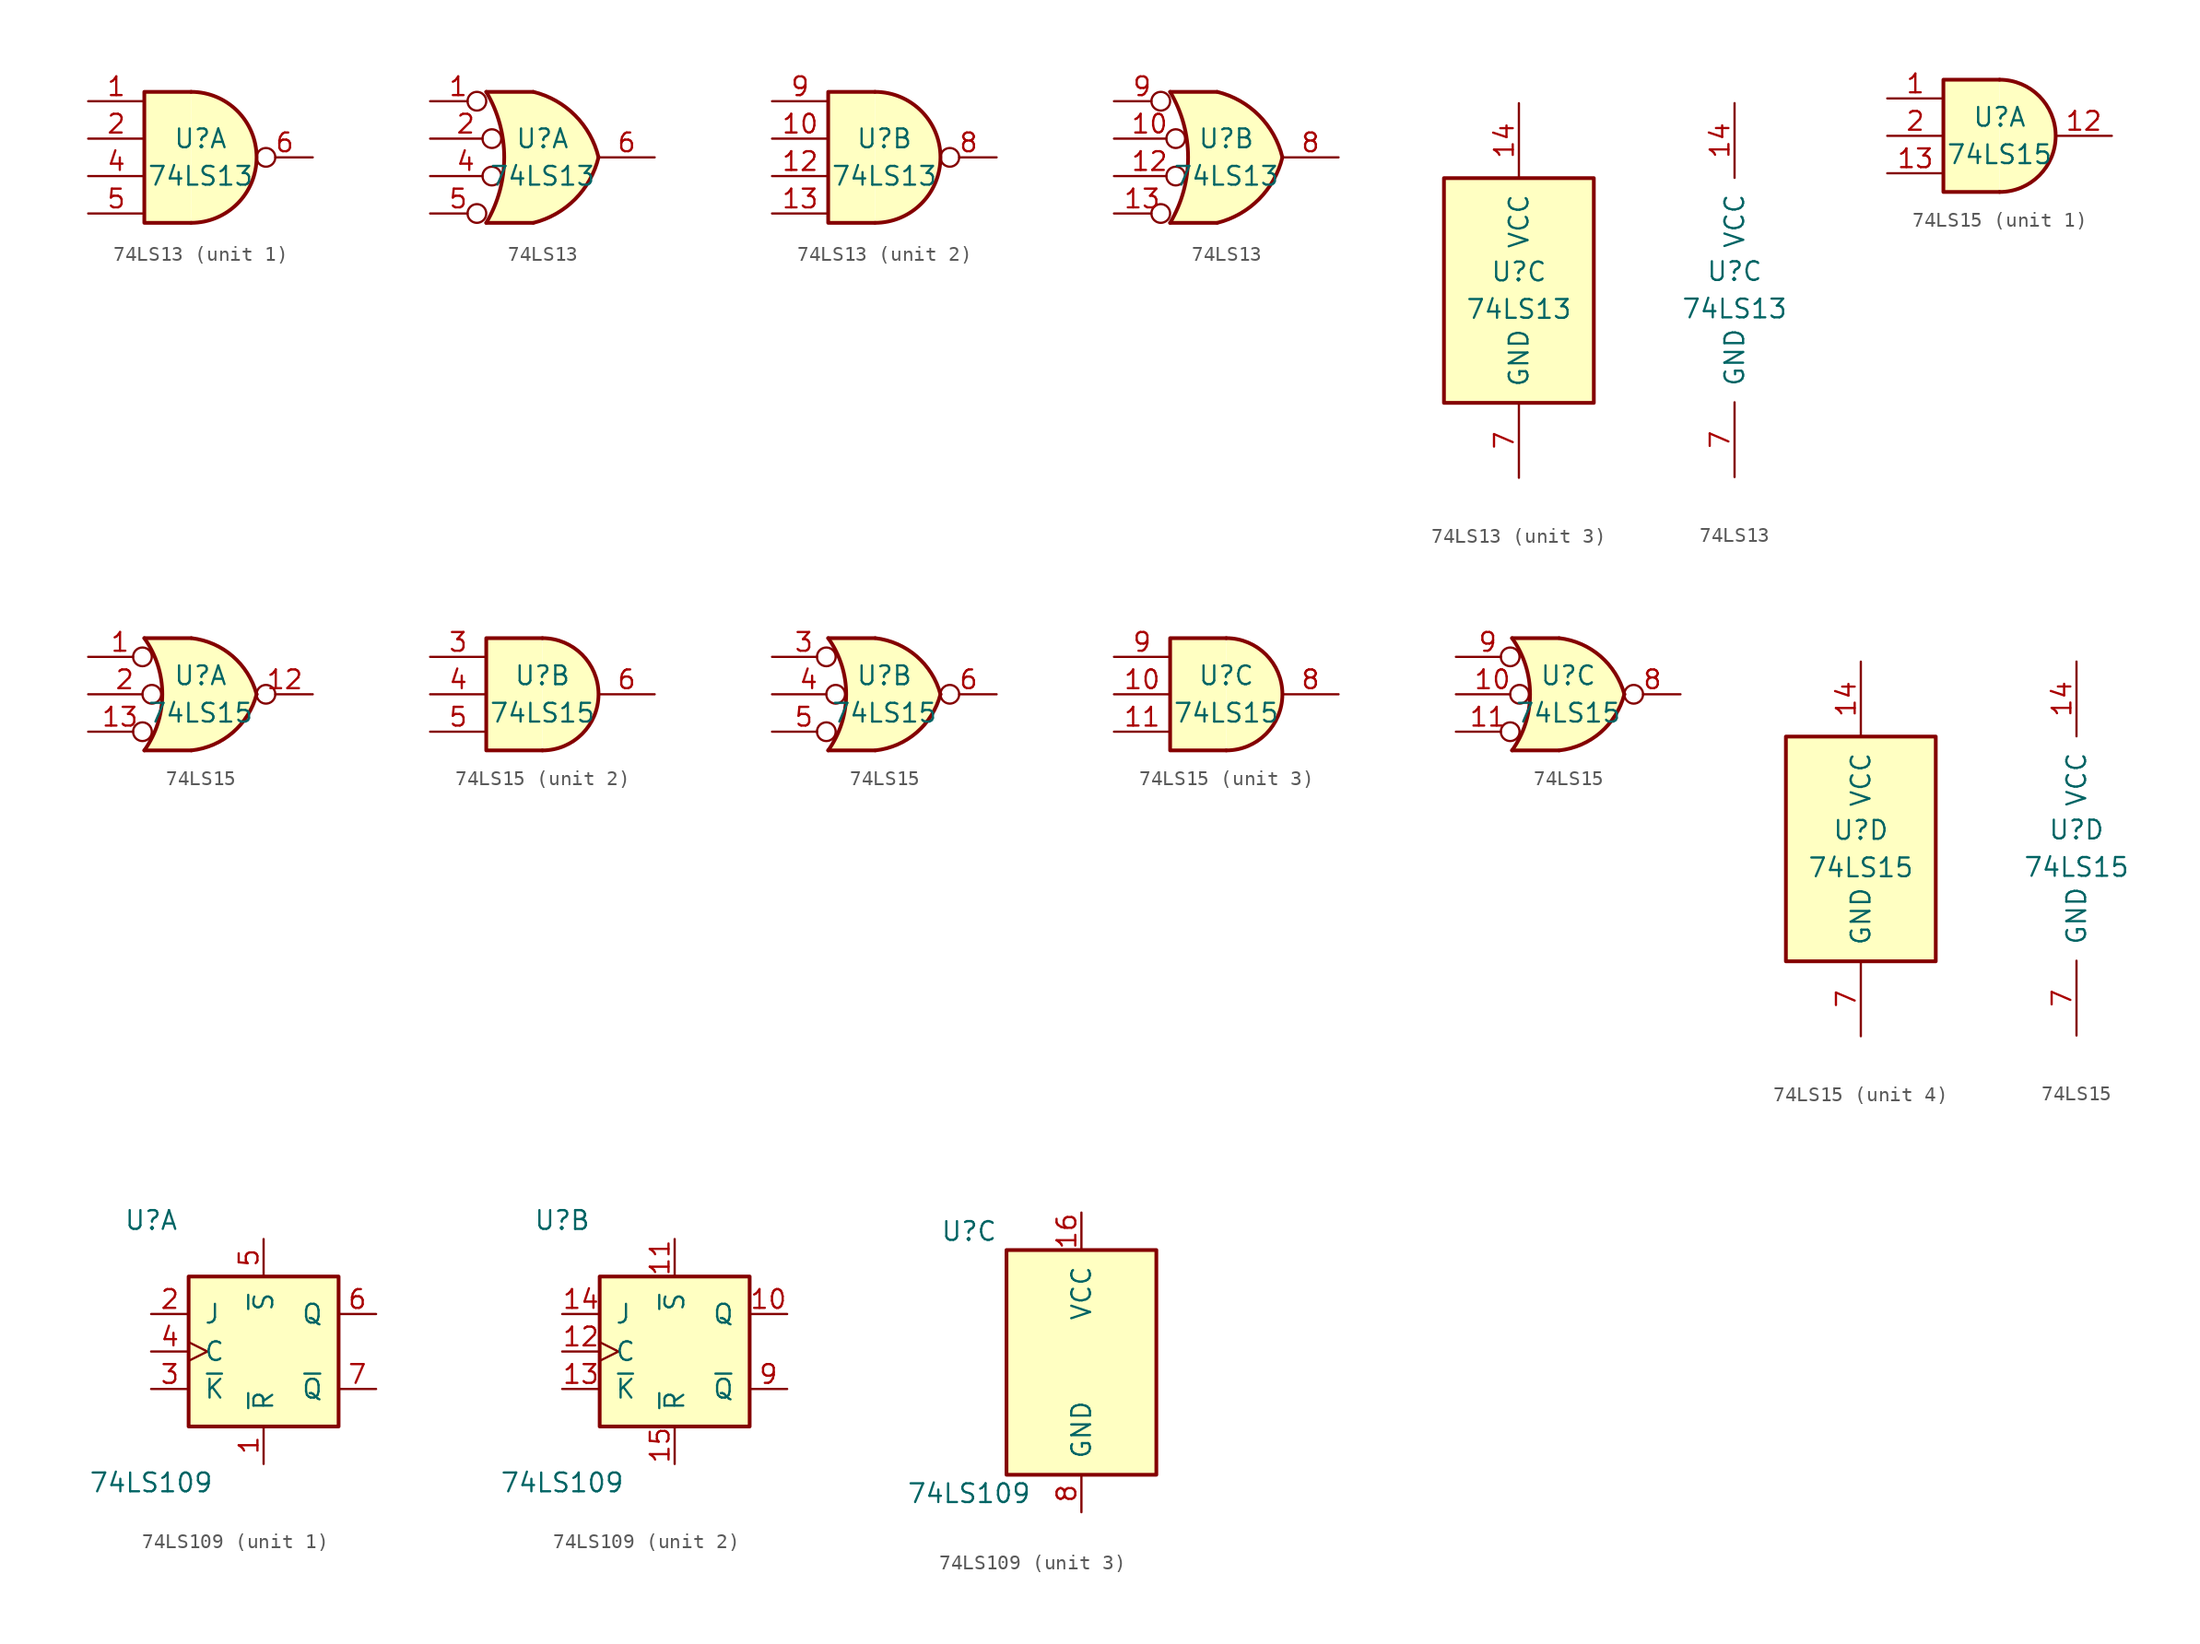
<source format=kicad_sym>
(kicad_symbol_lib
  (version 20241209)
  (generator "kicad_symbol_editor")
  (generator_version "9.0")
  (symbol "74LS13"
    (pin_names
      (offset 1.016))
    (property "Reference" "U"
      (at 0 1.27 0)
      (effects (font (size 1.27 1.27))))
    (property "Value" "74LS13"
      (at 0 -1.27 0)
      (effects (font (size 1.27 1.27))))
    (property "ki_locked" ""
      (at 0 0 0)
      (effects (font (size 1.27 1.27))))
    (symbol "74LS13_1_1"
      (polyline (pts (xy -0.635 4.445) (xy -3.81 4.445) (xy -3.81 -4.445) (xy -0.635 -4.445)) (stroke (width 0.254) (type solid)) (fill (type background)))
      (arc (start -0.635 4.445) (mid 3.81 0) (end -0.635 -4.445) (stroke (width 0.254) (type solid)) (fill (type background)))
      (pin input line (at -7.62 3.81 0) (length 3.81) (name "~" (effects (font (size 1.27 1.27)))) (number "1" (effects (font (size 1.27 1.27)))))
      (pin input line (at -7.62 1.27 0) (length 3.81) (name "~" (effects (font (size 1.27 1.27)))) (number "2" (effects (font (size 1.27 1.27)))))
      (pin input line (at -7.62 -1.27 0) (length 3.81) (name "~" (effects (font (size 1.27 1.27)))) (number "4" (effects (font (size 1.27 1.27)))))
      (pin input line (at -7.62 -3.81 0) (length 3.81) (name "~" (effects (font (size 1.27 1.27)))) (number "5" (effects (font (size 1.27 1.27)))))
      (pin output inverted (at 7.62 0 180) (length 3.81) (name "~" (effects (font (size 1.27 1.27)))) (number "6" (effects (font (size 1.27 1.27))))))
    (symbol "74LS13_1_2"
      (arc (start -3.81 4.445) (mid -2.5908 0) (end -3.81 -4.445) (stroke (width 0.254) (type solid)) (fill (type none)))
      (polyline (pts (xy -3.81 4.445) (xy -0.635 4.445)) (stroke (width 0.254) (type solid)) (fill (type background)))
      (polyline (pts (xy -3.81 -4.445) (xy -0.635 -4.445)) (stroke (width 0.254) (type solid)) (fill (type background)))
      (arc (start 3.81 0) (mid 2.2204 -2.8379) (end -0.6096 -4.445) (stroke (width 0.254) (type solid)) (fill (type background)))
      (arc (start -0.6096 4.445) (mid 2.2246 2.8422) (end 3.81 0) (stroke (width 0.254) (type solid)) (fill (type background)))
      (polyline (pts (xy -0.635 4.445) (xy -3.81 4.445) (xy -3.81 4.445) (xy -3.632 4.089) (xy -3.099 2.921) (xy -2.769 1.676) (xy -2.616 0.432) (xy -2.642 -0.864) (xy -2.87 -2.108) (xy -3.251 -3.327) (xy -3.81 -4.445) (xy -3.81 -4.445) (xy -0.635 -4.445)) (stroke (width -25.4) (type solid)) (fill (type background)))
      (pin input inverted (at -7.62 3.81 0) (length 3.81) (name "~" (effects (font (size 1.27 1.27)))) (number "1" (effects (font (size 1.27 1.27)))))
      (pin input inverted (at -7.62 1.27 0) (length 4.826) (name "~" (effects (font (size 1.27 1.27)))) (number "2" (effects (font (size 1.27 1.27)))))
      (pin input inverted (at -7.62 -1.27 0) (length 4.826) (name "~" (effects (font (size 1.27 1.27)))) (number "4" (effects (font (size 1.27 1.27)))))
      (pin input inverted (at -7.62 -3.81 0) (length 3.81) (name "~" (effects (font (size 1.27 1.27)))) (number "5" (effects (font (size 1.27 1.27)))))
      (pin output line (at 7.62 0 180) (length 3.81) (name "~" (effects (font (size 1.27 1.27)))) (number "6" (effects (font (size 1.27 1.27))))))
    (symbol "74LS13_2_1"
      (polyline (pts (xy -0.635 4.445) (xy -3.81 4.445) (xy -3.81 -4.445) (xy -0.635 -4.445)) (stroke (width 0.254) (type solid)) (fill (type background)))
      (arc (start -0.635 4.445) (mid 3.81 0) (end -0.635 -4.445) (stroke (width 0.254) (type solid)) (fill (type background)))
      (pin input line (at -7.62 3.81 0) (length 3.81) (name "~" (effects (font (size 1.27 1.27)))) (number "9" (effects (font (size 1.27 1.27)))))
      (pin input line (at -7.62 1.27 0) (length 3.81) (name "~" (effects (font (size 1.27 1.27)))) (number "10" (effects (font (size 1.27 1.27)))))
      (pin input line (at -7.62 -1.27 0) (length 3.81) (name "~" (effects (font (size 1.27 1.27)))) (number "12" (effects (font (size 1.27 1.27)))))
      (pin input line (at -7.62 -3.81 0) (length 3.81) (name "~" (effects (font (size 1.27 1.27)))) (number "13" (effects (font (size 1.27 1.27)))))
      (pin output inverted (at 7.62 0 180) (length 3.81) (name "~" (effects (font (size 1.27 1.27)))) (number "8" (effects (font (size 1.27 1.27))))))
    (symbol "74LS13_2_2"
      (arc (start -3.81 4.445) (mid -2.5908 0) (end -3.81 -4.445) (stroke (width 0.254) (type solid)) (fill (type none)))
      (polyline (pts (xy -3.81 4.445) (xy -0.635 4.445)) (stroke (width 0.254) (type solid)) (fill (type background)))
      (polyline (pts (xy -3.81 -4.445) (xy -0.635 -4.445)) (stroke (width 0.254) (type solid)) (fill (type background)))
      (arc (start 3.81 0) (mid 2.2204 -2.8379) (end -0.6096 -4.445) (stroke (width 0.254) (type solid)) (fill (type background)))
      (arc (start -0.6096 4.445) (mid 2.2246 2.8422) (end 3.81 0) (stroke (width 0.254) (type solid)) (fill (type background)))
      (polyline (pts (xy -0.635 4.445) (xy -3.81 4.445) (xy -3.81 4.445) (xy -3.632 4.089) (xy -3.099 2.921) (xy -2.769 1.676) (xy -2.616 0.432) (xy -2.642 -0.864) (xy -2.87 -2.108) (xy -3.251 -3.327) (xy -3.81 -4.445) (xy -3.81 -4.445) (xy -0.635 -4.445)) (stroke (width -25.4) (type solid)) (fill (type background)))
      (pin input inverted (at -7.62 3.81 0) (length 3.81) (name "~" (effects (font (size 1.27 1.27)))) (number "9" (effects (font (size 1.27 1.27)))))
      (pin input inverted (at -7.62 1.27 0) (length 4.826) (name "~" (effects (font (size 1.27 1.27)))) (number "10" (effects (font (size 1.27 1.27)))))
      (pin input inverted (at -7.62 -1.27 0) (length 4.826) (name "~" (effects (font (size 1.27 1.27)))) (number "12" (effects (font (size 1.27 1.27)))))
      (pin input inverted (at -7.62 -3.81 0) (length 3.81) (name "~" (effects (font (size 1.27 1.27)))) (number "13" (effects (font (size 1.27 1.27)))))
      (pin output line (at 7.62 0 180) (length 3.81) (name "~" (effects (font (size 1.27 1.27)))) (number "8" (effects (font (size 1.27 1.27))))))
    (symbol "74LS13_3_0"
      (pin power_in line (at 0 12.7 270) (length 5.08) (name "VCC" (effects (font (size 1.27 1.27)))) (number "14" (effects (font (size 1.27 1.27)))))
      (pin power_in line (at 0 -12.7 90) (length 5.08) (name "GND" (effects (font (size 1.27 1.27)))) (number "7" (effects (font (size 1.27 1.27))))))
    (symbol "74LS13_3_1"
      (rectangle (start -5.08 7.62) (end 5.08 -7.62) (stroke (width 0.254) (type solid)) (fill (type background)))))
  (symbol "74LS15"
    (pin_names
      (offset 1.016))
    (property "Reference" "U"
      (at 0 1.27 0)
      (effects (font (size 1.27 1.27))))
    (property "Value" "74LS15"
      (at 0 -1.27 0)
      (effects (font (size 1.27 1.27))))
    (property "ki_locked" ""
      (at 0 0 0)
      (effects (font (size 1.27 1.27))))
    (symbol "74LS15_1_1"
      (polyline (pts (xy 0 3.81) (xy -3.81 3.81) (xy -3.81 -3.81) (xy 0 -3.81)) (stroke (width 0.254) (type solid)) (fill (type background)))
      (arc (start 0 3.81) (mid 3.81 0) (end 0 -3.81) (stroke (width 0.254) (type solid)) (fill (type background)))
      (pin input line (at -7.62 2.54 0) (length 3.81) (name "~" (effects (font (size 1.27 1.27)))) (number "1" (effects (font (size 1.27 1.27)))))
      (pin input line (at -7.62 0 0) (length 3.81) (name "~" (effects (font (size 1.27 1.27)))) (number "2" (effects (font (size 1.27 1.27)))))
      (pin input line (at -7.62 -2.54 0) (length 3.81) (name "~" (effects (font (size 1.27 1.27)))) (number "13" (effects (font (size 1.27 1.27)))))
      (pin open_collector line (at 7.62 0 180) (length 3.81) (name "~" (effects (font (size 1.27 1.27)))) (number "12" (effects (font (size 1.27 1.27))))))
    (symbol "74LS15_1_2"
      (arc (start -3.81 3.81) (mid -2.589 0) (end -3.81 -3.81) (stroke (width 0.254) (type solid)) (fill (type none)))
      (polyline (pts (xy -3.81 3.81) (xy -0.635 3.81)) (stroke (width 0.254) (type solid)) (fill (type background)))
      (polyline (pts (xy -3.81 -3.81) (xy -0.635 -3.81)) (stroke (width 0.254) (type solid)) (fill (type background)))
      (arc (start 3.81 0) (mid 2.1915 -2.5936) (end -0.6096 -3.81) (stroke (width 0.254) (type solid)) (fill (type background)))
      (arc (start -0.6096 3.81) (mid 2.1842 2.5851) (end 3.81 0) (stroke (width 0.254) (type solid)) (fill (type background)))
      (polyline (pts (xy -0.635 3.81) (xy -3.81 3.81) (xy -3.81 3.81) (xy -3.556 3.404) (xy -3.023 2.261) (xy -2.692 1.041) (xy -2.616 -0.254) (xy -2.769 -1.499) (xy -3.175 -2.718) (xy -3.81 -3.81) (xy -3.81 -3.81) (xy -0.635 -3.81)) (stroke (width -25.4) (type solid)) (fill (type background)))
      (pin input inverted (at -7.62 2.54 0) (length 4.318) (name "~" (effects (font (size 1.27 1.27)))) (number "1" (effects (font (size 1.27 1.27)))))
      (pin input inverted (at -7.62 0 0) (length 4.953) (name "~" (effects (font (size 1.27 1.27)))) (number "2" (effects (font (size 1.27 1.27)))))
      (pin input inverted (at -7.62 -2.54 0) (length 4.318) (name "~" (effects (font (size 1.27 1.27)))) (number "13" (effects (font (size 1.27 1.27)))))
      (pin open_collector inverted (at 7.62 0 180) (length 3.81) (name "~" (effects (font (size 1.27 1.27)))) (number "12" (effects (font (size 1.27 1.27))))))
    (symbol "74LS15_2_1"
      (polyline (pts (xy 0 3.81) (xy -3.81 3.81) (xy -3.81 -3.81) (xy 0 -3.81)) (stroke (width 0.254) (type solid)) (fill (type background)))
      (arc (start 0 3.81) (mid 3.81 0) (end 0 -3.81) (stroke (width 0.254) (type solid)) (fill (type background)))
      (pin input line (at -7.62 2.54 0) (length 3.81) (name "~" (effects (font (size 1.27 1.27)))) (number "3" (effects (font (size 1.27 1.27)))))
      (pin input line (at -7.62 0 0) (length 3.81) (name "~" (effects (font (size 1.27 1.27)))) (number "4" (effects (font (size 1.27 1.27)))))
      (pin input line (at -7.62 -2.54 0) (length 3.81) (name "~" (effects (font (size 1.27 1.27)))) (number "5" (effects (font (size 1.27 1.27)))))
      (pin open_collector line (at 7.62 0 180) (length 3.81) (name "~" (effects (font (size 1.27 1.27)))) (number "6" (effects (font (size 1.27 1.27))))))
    (symbol "74LS15_2_2"
      (arc (start -3.81 3.81) (mid -2.589 0) (end -3.81 -3.81) (stroke (width 0.254) (type solid)) (fill (type none)))
      (polyline (pts (xy -3.81 3.81) (xy -0.635 3.81)) (stroke (width 0.254) (type solid)) (fill (type background)))
      (polyline (pts (xy -3.81 -3.81) (xy -0.635 -3.81)) (stroke (width 0.254) (type solid)) (fill (type background)))
      (arc (start 3.81 0) (mid 2.1915 -2.5936) (end -0.6096 -3.81) (stroke (width 0.254) (type solid)) (fill (type background)))
      (arc (start -0.6096 3.81) (mid 2.1842 2.5851) (end 3.81 0) (stroke (width 0.254) (type solid)) (fill (type background)))
      (polyline (pts (xy -0.635 3.81) (xy -3.81 3.81) (xy -3.81 3.81) (xy -3.556 3.404) (xy -3.023 2.261) (xy -2.692 1.041) (xy -2.616 -0.254) (xy -2.769 -1.499) (xy -3.175 -2.718) (xy -3.81 -3.81) (xy -3.81 -3.81) (xy -0.635 -3.81)) (stroke (width -25.4) (type solid)) (fill (type background)))
      (pin input inverted (at -7.62 2.54 0) (length 4.318) (name "~" (effects (font (size 1.27 1.27)))) (number "3" (effects (font (size 1.27 1.27)))))
      (pin input inverted (at -7.62 0 0) (length 4.953) (name "~" (effects (font (size 1.27 1.27)))) (number "4" (effects (font (size 1.27 1.27)))))
      (pin input inverted (at -7.62 -2.54 0) (length 4.318) (name "~" (effects (font (size 1.27 1.27)))) (number "5" (effects (font (size 1.27 1.27)))))
      (pin open_collector inverted (at 7.62 0 180) (length 3.81) (name "~" (effects (font (size 1.27 1.27)))) (number "6" (effects (font (size 1.27 1.27))))))
    (symbol "74LS15_3_1"
      (polyline (pts (xy 0 3.81) (xy -3.81 3.81) (xy -3.81 -3.81) (xy 0 -3.81)) (stroke (width 0.254) (type solid)) (fill (type background)))
      (arc (start 0 3.81) (mid 3.81 0) (end 0 -3.81) (stroke (width 0.254) (type solid)) (fill (type background)))
      (pin input line (at -7.62 2.54 0) (length 3.81) (name "~" (effects (font (size 1.27 1.27)))) (number "9" (effects (font (size 1.27 1.27)))))
      (pin input line (at -7.62 0 0) (length 3.81) (name "~" (effects (font (size 1.27 1.27)))) (number "10" (effects (font (size 1.27 1.27)))))
      (pin input line (at -7.62 -2.54 0) (length 3.81) (name "~" (effects (font (size 1.27 1.27)))) (number "11" (effects (font (size 1.27 1.27)))))
      (pin open_collector line (at 7.62 0 180) (length 3.81) (name "~" (effects (font (size 1.27 1.27)))) (number "8" (effects (font (size 1.27 1.27))))))
    (symbol "74LS15_3_2"
      (arc (start -3.81 3.81) (mid -2.589 0) (end -3.81 -3.81) (stroke (width 0.254) (type solid)) (fill (type none)))
      (polyline (pts (xy -3.81 3.81) (xy -0.635 3.81)) (stroke (width 0.254) (type solid)) (fill (type background)))
      (polyline (pts (xy -3.81 -3.81) (xy -0.635 -3.81)) (stroke (width 0.254) (type solid)) (fill (type background)))
      (arc (start 3.81 0) (mid 2.1915 -2.5936) (end -0.6096 -3.81) (stroke (width 0.254) (type solid)) (fill (type background)))
      (arc (start -0.6096 3.81) (mid 2.1842 2.5851) (end 3.81 0) (stroke (width 0.254) (type solid)) (fill (type background)))
      (polyline (pts (xy -0.635 3.81) (xy -3.81 3.81) (xy -3.81 3.81) (xy -3.556 3.404) (xy -3.023 2.261) (xy -2.692 1.041) (xy -2.616 -0.254) (xy -2.769 -1.499) (xy -3.175 -2.718) (xy -3.81 -3.81) (xy -3.81 -3.81) (xy -0.635 -3.81)) (stroke (width -25.4) (type solid)) (fill (type background)))
      (pin input inverted (at -7.62 2.54 0) (length 4.318) (name "~" (effects (font (size 1.27 1.27)))) (number "9" (effects (font (size 1.27 1.27)))))
      (pin input inverted (at -7.62 0 0) (length 4.953) (name "~" (effects (font (size 1.27 1.27)))) (number "10" (effects (font (size 1.27 1.27)))))
      (pin input inverted (at -7.62 -2.54 0) (length 4.318) (name "~" (effects (font (size 1.27 1.27)))) (number "11" (effects (font (size 1.27 1.27)))))
      (pin open_collector inverted (at 7.62 0 180) (length 3.81) (name "~" (effects (font (size 1.27 1.27)))) (number "8" (effects (font (size 1.27 1.27))))))
    (symbol "74LS15_4_0"
      (pin power_in line (at 0 12.7 270) (length 5.08) (name "VCC" (effects (font (size 1.27 1.27)))) (number "14" (effects (font (size 1.27 1.27)))))
      (pin power_in line (at 0 -12.7 90) (length 5.08) (name "GND" (effects (font (size 1.27 1.27)))) (number "7" (effects (font (size 1.27 1.27))))))
    (symbol "74LS15_4_1"
      (rectangle (start -5.08 7.62) (end 5.08 -7.62) (stroke (width 0.254) (type solid)) (fill (type background)))))
  (symbol "74LS109"
    (pin_names
      (offset 1.016))
    (property "Reference" "U"
      (at -7.62 8.89 0)
      (effects (font (size 1.27 1.27))))
    (property "Value" "74LS109"
      (at -7.62 -8.89 0)
      (effects (font (size 1.27 1.27))))
    (property "ki_locked" ""
      (at 0 0 0)
      (effects (font (size 1.27 1.27))))
    (symbol "74LS109_1_0"
      (pin input line (at -7.62 2.54 0) (length 2.54) (name "J" (effects (font (size 1.27 1.27)))) (number "2" (effects (font (size 1.27 1.27)))))
      (pin input clock (at -7.62 0 0) (length 2.54) (name "C" (effects (font (size 1.27 1.27)))) (number "4" (effects (font (size 1.27 1.27)))))
      (pin input line (at -7.62 -2.54 0) (length 2.54) (name "~{K}" (effects (font (size 1.27 1.27)))) (number "3" (effects (font (size 1.27 1.27)))))
      (pin input line (at 0 7.62 270) (length 2.54) (name "~{S}" (effects (font (size 1.27 1.27)))) (number "5" (effects (font (size 1.27 1.27)))))
      (pin input line (at 0 -7.62 90) (length 2.54) (name "~{R}" (effects (font (size 1.27 1.27)))) (number "1" (effects (font (size 1.27 1.27)))))
      (pin output line (at 7.62 2.54 180) (length 2.54) (name "Q" (effects (font (size 1.27 1.27)))) (number "6" (effects (font (size 1.27 1.27)))))
      (pin output line (at 7.62 -2.54 180) (length 2.54) (name "~{Q}" (effects (font (size 1.27 1.27)))) (number "7" (effects (font (size 1.27 1.27))))))
    (symbol "74LS109_1_1"
      (rectangle (start -5.08 5.08) (end 5.08 -5.08) (stroke (width 0.254) (type solid)) (fill (type background))))
    (symbol "74LS109_2_0"
      (pin input line (at -7.62 2.54 0) (length 2.54) (name "J" (effects (font (size 1.27 1.27)))) (number "14" (effects (font (size 1.27 1.27)))))
      (pin input clock (at -7.62 0 0) (length 2.54) (name "C" (effects (font (size 1.27 1.27)))) (number "12" (effects (font (size 1.27 1.27)))))
      (pin input line (at -7.62 -2.54 0) (length 2.54) (name "~{K}" (effects (font (size 1.27 1.27)))) (number "13" (effects (font (size 1.27 1.27)))))
      (pin input line (at 0 7.62 270) (length 2.54) (name "~{S}" (effects (font (size 1.27 1.27)))) (number "11" (effects (font (size 1.27 1.27)))))
      (pin input line (at 0 -7.62 90) (length 2.54) (name "~{R}" (effects (font (size 1.27 1.27)))) (number "15" (effects (font (size 1.27 1.27)))))
      (pin output line (at 7.62 2.54 180) (length 2.54) (name "Q" (effects (font (size 1.27 1.27)))) (number "10" (effects (font (size 1.27 1.27)))))
      (pin output line (at 7.62 -2.54 180) (length 2.54) (name "~{Q}" (effects (font (size 1.27 1.27)))) (number "9" (effects (font (size 1.27 1.27))))))
    (symbol "74LS109_2_1"
      (rectangle (start -5.08 5.08) (end 5.08 -5.08) (stroke (width 0.254) (type solid)) (fill (type background))))
    (symbol "74LS109_3_0"
      (pin power_in line (at 0 10.16 270) (length 2.54) (name "VCC" (effects (font (size 1.27 1.27)))) (number "16" (effects (font (size 1.27 1.27)))))
      (pin power_in line (at 0 -10.16 90) (length 2.54) (name "GND" (effects (font (size 1.27 1.27)))) (number "8" (effects (font (size 1.27 1.27))))))
    (symbol "74LS109_3_1"
      (rectangle (start -5.08 7.62) (end 5.08 -7.62) (stroke (width 0.254) (type solid)) (fill (type background))))))
</source>
